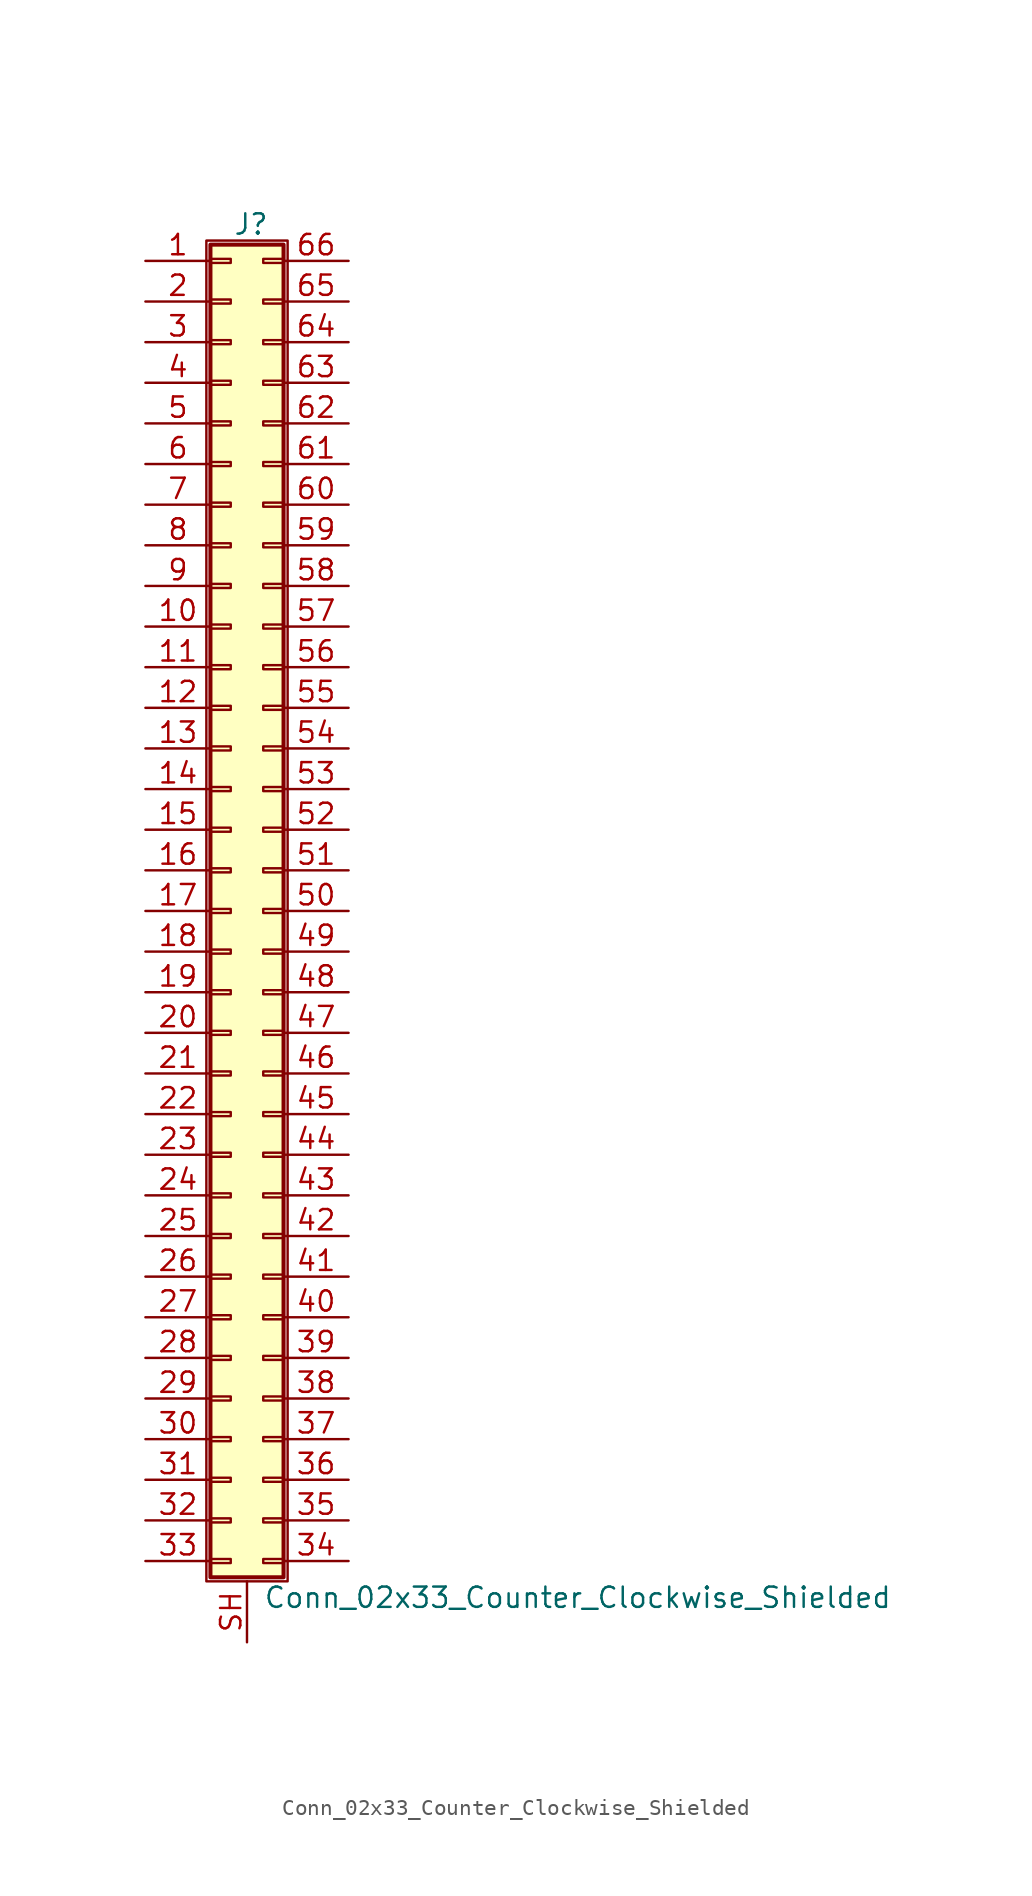
<source format=kicad_sym>
(kicad_symbol_lib
  (version 20201005)
  (generator kicad_symbol_editor)
  (symbol "Connector_Generic_Shielded:Conn_02x33_Counter_Clockwise_Shielded"
    (pin_names
      (offset 1.016) hide)
    (property "Reference" "J"
      (at 1.524 42.926 0)
      (effects (font (size 1.27 1.27))))
    (property "Value" "Conn_02x33_Counter_Clockwise_Shielded"
      (at 2.286 -42.926 0)
      (effects (font (size 1.27 1.27)) (justify left)))
    (symbol "Conn_02x33_Counter_Clockwise_Shielded_1_1"
      (rectangle (start -1.016 -27.813) (end 0.254 -28.067) (stroke (width 0.152)) (fill (type none)))
      (rectangle (start -1.016 -30.353) (end 0.254 -30.607) (stroke (width 0.152)) (fill (type none)))
      (rectangle (start -1.016 -32.893) (end 0.254 -33.147) (stroke (width 0.152)) (fill (type none)))
      (rectangle (start -1.016 -35.433) (end 0.254 -35.687) (stroke (width 0.152)) (fill (type none)))
      (rectangle (start -1.016 -37.973) (end 0.254 -38.227) (stroke (width 0.152)) (fill (type none)))
      (rectangle (start -1.016 -40.513) (end 0.254 -40.767) (stroke (width 0.152)) (fill (type none)))
      (rectangle (start -1.016 -4.953) (end 0.254 -5.207) (stroke (width 0.152)) (fill (type none)))
      (rectangle (start -1.016 -7.493) (end 0.254 -7.747) (stroke (width 0.152)) (fill (type none)))
      (rectangle (start -1.016 -10.033) (end 0.254 -10.287) (stroke (width 0.152)) (fill (type none)))
      (rectangle (start -1.016 -12.573) (end 0.254 -12.827) (stroke (width 0.152)) (fill (type none)))
      (rectangle (start -1.016 -15.113) (end 0.254 -15.367) (stroke (width 0.152)) (fill (type none)))
      (rectangle (start -1.016 -17.653) (end 0.254 -17.907) (stroke (width 0.152)) (fill (type none)))
      (rectangle (start -1.016 -20.193) (end 0.254 -20.447) (stroke (width 0.152)) (fill (type none)))
      (rectangle (start -1.016 -22.733) (end 0.254 -22.987) (stroke (width 0.152)) (fill (type none)))
      (rectangle (start -1.016 -2.413) (end 0.254 -2.667) (stroke (width 0.152)) (fill (type none)))
      (rectangle (start -1.016 -25.273) (end 0.254 -25.527) (stroke (width 0.152)) (fill (type none)))
      (rectangle (start -1.016 25.527) (end 0.254 25.273) (stroke (width 0.152)) (fill (type none)))
      (rectangle (start -1.016 2.667) (end 0.254 2.413) (stroke (width 0.152)) (fill (type none)))
      (rectangle (start -1.016 28.067) (end 0.254 27.813) (stroke (width 0.152)) (fill (type none)))
      (rectangle (start -1.016 30.607) (end 0.254 30.353) (stroke (width 0.152)) (fill (type none)))
      (rectangle (start -1.016 33.147) (end 0.254 32.893) (stroke (width 0.152)) (fill (type none)))
      (rectangle (start -1.016 35.687) (end 0.254 35.433) (stroke (width 0.152)) (fill (type none)))
      (rectangle (start -1.016 38.227) (end 0.254 37.973) (stroke (width 0.152)) (fill (type none)))
      (rectangle (start -1.016 40.767) (end 0.254 40.513) (stroke (width 0.152)) (fill (type none)))
      (rectangle (start -1.016 41.656) (end 3.556 -41.656) (stroke (width 0.254)) (fill (type background)))
      (rectangle (start -1.016 5.207) (end 0.254 4.953) (stroke (width 0.152)) (fill (type none)))
      (rectangle (start -1.016 7.747) (end 0.254 7.493) (stroke (width 0.152)) (fill (type none)))
      (rectangle (start -1.016 10.287) (end 0.254 10.033) (stroke (width 0.152)) (fill (type none)))
      (rectangle (start -1.016 0.127) (end 0.254 -0.127) (stroke (width 0.152)) (fill (type none)))
      (rectangle (start -1.016 12.827) (end 0.254 12.573) (stroke (width 0.152)) (fill (type none)))
      (rectangle (start -1.016 15.367) (end 0.254 15.113) (stroke (width 0.152)) (fill (type none)))
      (rectangle (start -1.016 17.907) (end 0.254 17.653) (stroke (width 0.152)) (fill (type none)))
      (rectangle (start -1.016 20.447) (end 0.254 20.193) (stroke (width 0.152)) (fill (type none)))
      (rectangle (start -1.016 22.987) (end 0.254 22.733) (stroke (width 0.152)) (fill (type none)))
      (rectangle (start -1.27 41.91) (end 3.81 -41.91) (stroke (width 0.152)) (fill (type none)))
      (rectangle (start 3.556 -27.813) (end 2.286 -28.067) (stroke (width 0.152)) (fill (type none)))
      (rectangle (start 3.556 -30.353) (end 2.286 -30.607) (stroke (width 0.152)) (fill (type none)))
      (rectangle (start 3.556 -32.893) (end 2.286 -33.147) (stroke (width 0.152)) (fill (type none)))
      (rectangle (start 3.556 -35.433) (end 2.286 -35.687) (stroke (width 0.152)) (fill (type none)))
      (rectangle (start 3.556 -37.973) (end 2.286 -38.227) (stroke (width 0.152)) (fill (type none)))
      (rectangle (start 3.556 -40.513) (end 2.286 -40.767) (stroke (width 0.152)) (fill (type none)))
      (rectangle (start 3.556 -4.953) (end 2.286 -5.207) (stroke (width 0.152)) (fill (type none)))
      (rectangle (start 3.556 -7.493) (end 2.286 -7.747) (stroke (width 0.152)) (fill (type none)))
      (rectangle (start 3.556 -10.033) (end 2.286 -10.287) (stroke (width 0.152)) (fill (type none)))
      (rectangle (start 3.556 -12.573) (end 2.286 -12.827) (stroke (width 0.152)) (fill (type none)))
      (rectangle (start 3.556 -15.113) (end 2.286 -15.367) (stroke (width 0.152)) (fill (type none)))
      (rectangle (start 3.556 -17.653) (end 2.286 -17.907) (stroke (width 0.152)) (fill (type none)))
      (rectangle (start 3.556 -20.193) (end 2.286 -20.447) (stroke (width 0.152)) (fill (type none)))
      (rectangle (start 3.556 -22.733) (end 2.286 -22.987) (stroke (width 0.152)) (fill (type none)))
      (rectangle (start 3.556 -2.413) (end 2.286 -2.667) (stroke (width 0.152)) (fill (type none)))
      (rectangle (start 3.556 -25.273) (end 2.286 -25.527) (stroke (width 0.152)) (fill (type none)))
      (rectangle (start 3.556 25.527) (end 2.286 25.273) (stroke (width 0.152)) (fill (type none)))
      (rectangle (start 3.556 2.667) (end 2.286 2.413) (stroke (width 0.152)) (fill (type none)))
      (rectangle (start 3.556 28.067) (end 2.286 27.813) (stroke (width 0.152)) (fill (type none)))
      (rectangle (start 3.556 30.607) (end 2.286 30.353) (stroke (width 0.152)) (fill (type none)))
      (rectangle (start 3.556 33.147) (end 2.286 32.893) (stroke (width 0.152)) (fill (type none)))
      (rectangle (start 3.556 35.687) (end 2.286 35.433) (stroke (width 0.152)) (fill (type none)))
      (rectangle (start 3.556 38.227) (end 2.286 37.973) (stroke (width 0.152)) (fill (type none)))
      (rectangle (start 3.556 40.767) (end 2.286 40.513) (stroke (width 0.152)) (fill (type none)))
      (rectangle (start 3.556 5.207) (end 2.286 4.953) (stroke (width 0.152)) (fill (type none)))
      (rectangle (start 3.556 7.747) (end 2.286 7.493) (stroke (width 0.152)) (fill (type none)))
      (rectangle (start 3.556 10.287) (end 2.286 10.033) (stroke (width 0.152)) (fill (type none)))
      (rectangle (start 3.556 0.127) (end 2.286 -0.127) (stroke (width 0.152)) (fill (type none)))
      (rectangle (start 3.556 12.827) (end 2.286 12.573) (stroke (width 0.152)) (fill (type none)))
      (rectangle (start 3.556 15.367) (end 2.286 15.113) (stroke (width 0.152)) (fill (type none)))
      (rectangle (start 3.556 17.907) (end 2.286 17.653) (stroke (width 0.152)) (fill (type none)))
      (rectangle (start 3.556 20.447) (end 2.286 20.193) (stroke (width 0.152)) (fill (type none)))
      (rectangle (start 3.556 22.987) (end 2.286 22.733) (stroke (width 0.152)) (fill (type none)))
      (pin passive line (at -5.08 40.64 0) (length 4.064) (name "Pin_1" (effects (font (size 1.27 1.27)))) (number "1" (effects (font (size 1.27 1.27)))))
      (pin passive line (at -5.08 17.78 0) (length 4.064) (name "Pin_10" (effects (font (size 1.27 1.27)))) (number "10" (effects (font (size 1.27 1.27)))))
      (pin passive line (at -5.08 15.24 0) (length 4.064) (name "Pin_11" (effects (font (size 1.27 1.27)))) (number "11" (effects (font (size 1.27 1.27)))))
      (pin passive line (at -5.08 12.7 0) (length 4.064) (name "Pin_12" (effects (font (size 1.27 1.27)))) (number "12" (effects (font (size 1.27 1.27)))))
      (pin passive line (at -5.08 10.16 0) (length 4.064) (name "Pin_13" (effects (font (size 1.27 1.27)))) (number "13" (effects (font (size 1.27 1.27)))))
      (pin passive line (at -5.08 7.62 0) (length 4.064) (name "Pin_14" (effects (font (size 1.27 1.27)))) (number "14" (effects (font (size 1.27 1.27)))))
      (pin passive line (at -5.08 5.08 0) (length 4.064) (name "Pin_15" (effects (font (size 1.27 1.27)))) (number "15" (effects (font (size 1.27 1.27)))))
      (pin passive line (at -5.08 2.54 0) (length 4.064) (name "Pin_16" (effects (font (size 1.27 1.27)))) (number "16" (effects (font (size 1.27 1.27)))))
      (pin passive line (at -5.08 0 0) (length 4.064) (name "Pin_17" (effects (font (size 1.27 1.27)))) (number "17" (effects (font (size 1.27 1.27)))))
      (pin passive line (at -5.08 -2.54 0) (length 4.064) (name "Pin_18" (effects (font (size 1.27 1.27)))) (number "18" (effects (font (size 1.27 1.27)))))
      (pin passive line (at -5.08 -5.08 0) (length 4.064) (name "Pin_19" (effects (font (size 1.27 1.27)))) (number "19" (effects (font (size 1.27 1.27)))))
      (pin passive line (at -5.08 38.1 0) (length 4.064) (name "Pin_2" (effects (font (size 1.27 1.27)))) (number "2" (effects (font (size 1.27 1.27)))))
      (pin passive line (at -5.08 -7.62 0) (length 4.064) (name "Pin_20" (effects (font (size 1.27 1.27)))) (number "20" (effects (font (size 1.27 1.27)))))
      (pin passive line (at -5.08 -10.16 0) (length 4.064) (name "Pin_21" (effects (font (size 1.27 1.27)))) (number "21" (effects (font (size 1.27 1.27)))))
      (pin passive line (at -5.08 -12.7 0) (length 4.064) (name "Pin_22" (effects (font (size 1.27 1.27)))) (number "22" (effects (font (size 1.27 1.27)))))
      (pin passive line (at -5.08 -15.24 0) (length 4.064) (name "Pin_23" (effects (font (size 1.27 1.27)))) (number "23" (effects (font (size 1.27 1.27)))))
      (pin passive line (at -5.08 -17.78 0) (length 4.064) (name "Pin_24" (effects (font (size 1.27 1.27)))) (number "24" (effects (font (size 1.27 1.27)))))
      (pin passive line (at -5.08 -20.32 0) (length 4.064) (name "Pin_25" (effects (font (size 1.27 1.27)))) (number "25" (effects (font (size 1.27 1.27)))))
      (pin passive line (at -5.08 -22.86 0) (length 4.064) (name "Pin_26" (effects (font (size 1.27 1.27)))) (number "26" (effects (font (size 1.27 1.27)))))
      (pin passive line (at -5.08 -25.4 0) (length 4.064) (name "Pin_27" (effects (font (size 1.27 1.27)))) (number "27" (effects (font (size 1.27 1.27)))))
      (pin passive line (at -5.08 -27.94 0) (length 4.064) (name "Pin_28" (effects (font (size 1.27 1.27)))) (number "28" (effects (font (size 1.27 1.27)))))
      (pin passive line (at -5.08 -30.48 0) (length 4.064) (name "Pin_29" (effects (font (size 1.27 1.27)))) (number "29" (effects (font (size 1.27 1.27)))))
      (pin passive line (at -5.08 35.56 0) (length 4.064) (name "Pin_3" (effects (font (size 1.27 1.27)))) (number "3" (effects (font (size 1.27 1.27)))))
      (pin passive line (at -5.08 -33.02 0) (length 4.064) (name "Pin_30" (effects (font (size 1.27 1.27)))) (number "30" (effects (font (size 1.27 1.27)))))
      (pin passive line (at -5.08 -35.56 0) (length 4.064) (name "Pin_31" (effects (font (size 1.27 1.27)))) (number "31" (effects (font (size 1.27 1.27)))))
      (pin passive line (at -5.08 -38.1 0) (length 4.064) (name "Pin_32" (effects (font (size 1.27 1.27)))) (number "32" (effects (font (size 1.27 1.27)))))
      (pin passive line (at -5.08 -40.64 0) (length 4.064) (name "Pin_33" (effects (font (size 1.27 1.27)))) (number "33" (effects (font (size 1.27 1.27)))))
      (pin passive line (at 7.62 -40.64 180) (length 4.064) (name "Pin_34" (effects (font (size 1.27 1.27)))) (number "34" (effects (font (size 1.27 1.27)))))
      (pin passive line (at 7.62 -38.1 180) (length 4.064) (name "Pin_35" (effects (font (size 1.27 1.27)))) (number "35" (effects (font (size 1.27 1.27)))))
      (pin passive line (at 7.62 -35.56 180) (length 4.064) (name "Pin_36" (effects (font (size 1.27 1.27)))) (number "36" (effects (font (size 1.27 1.27)))))
      (pin passive line (at 7.62 -33.02 180) (length 4.064) (name "Pin_37" (effects (font (size 1.27 1.27)))) (number "37" (effects (font (size 1.27 1.27)))))
      (pin passive line (at 7.62 -30.48 180) (length 4.064) (name "Pin_38" (effects (font (size 1.27 1.27)))) (number "38" (effects (font (size 1.27 1.27)))))
      (pin passive line (at 7.62 -27.94 180) (length 4.064) (name "Pin_39" (effects (font (size 1.27 1.27)))) (number "39" (effects (font (size 1.27 1.27)))))
      (pin passive line (at -5.08 33.02 0) (length 4.064) (name "Pin_4" (effects (font (size 1.27 1.27)))) (number "4" (effects (font (size 1.27 1.27)))))
      (pin passive line (at 7.62 -25.4 180) (length 4.064) (name "Pin_40" (effects (font (size 1.27 1.27)))) (number "40" (effects (font (size 1.27 1.27)))))
      (pin passive line (at 7.62 -22.86 180) (length 4.064) (name "Pin_41" (effects (font (size 1.27 1.27)))) (number "41" (effects (font (size 1.27 1.27)))))
      (pin passive line (at 7.62 -20.32 180) (length 4.064) (name "Pin_42" (effects (font (size 1.27 1.27)))) (number "42" (effects (font (size 1.27 1.27)))))
      (pin passive line (at 7.62 -17.78 180) (length 4.064) (name "Pin_43" (effects (font (size 1.27 1.27)))) (number "43" (effects (font (size 1.27 1.27)))))
      (pin passive line (at 7.62 -15.24 180) (length 4.064) (name "Pin_44" (effects (font (size 1.27 1.27)))) (number "44" (effects (font (size 1.27 1.27)))))
      (pin passive line (at 7.62 -12.7 180) (length 4.064) (name "Pin_45" (effects (font (size 1.27 1.27)))) (number "45" (effects (font (size 1.27 1.27)))))
      (pin passive line (at 7.62 -10.16 180) (length 4.064) (name "Pin_46" (effects (font (size 1.27 1.27)))) (number "46" (effects (font (size 1.27 1.27)))))
      (pin passive line (at 7.62 -7.62 180) (length 4.064) (name "Pin_47" (effects (font (size 1.27 1.27)))) (number "47" (effects (font (size 1.27 1.27)))))
      (pin passive line (at 7.62 -5.08 180) (length 4.064) (name "Pin_48" (effects (font (size 1.27 1.27)))) (number "48" (effects (font (size 1.27 1.27)))))
      (pin passive line (at 7.62 -2.54 180) (length 4.064) (name "Pin_49" (effects (font (size 1.27 1.27)))) (number "49" (effects (font (size 1.27 1.27)))))
      (pin passive line (at -5.08 30.48 0) (length 4.064) (name "Pin_5" (effects (font (size 1.27 1.27)))) (number "5" (effects (font (size 1.27 1.27)))))
      (pin passive line (at 7.62 0 180) (length 4.064) (name "Pin_50" (effects (font (size 1.27 1.27)))) (number "50" (effects (font (size 1.27 1.27)))))
      (pin passive line (at 7.62 2.54 180) (length 4.064) (name "Pin_51" (effects (font (size 1.27 1.27)))) (number "51" (effects (font (size 1.27 1.27)))))
      (pin passive line (at 7.62 5.08 180) (length 4.064) (name "Pin_52" (effects (font (size 1.27 1.27)))) (number "52" (effects (font (size 1.27 1.27)))))
      (pin passive line (at 7.62 7.62 180) (length 4.064) (name "Pin_53" (effects (font (size 1.27 1.27)))) (number "53" (effects (font (size 1.27 1.27)))))
      (pin passive line (at 7.62 10.16 180) (length 4.064) (name "Pin_54" (effects (font (size 1.27 1.27)))) (number "54" (effects (font (size 1.27 1.27)))))
      (pin passive line (at 7.62 12.7 180) (length 4.064) (name "Pin_55" (effects (font (size 1.27 1.27)))) (number "55" (effects (font (size 1.27 1.27)))))
      (pin passive line (at 7.62 15.24 180) (length 4.064) (name "Pin_56" (effects (font (size 1.27 1.27)))) (number "56" (effects (font (size 1.27 1.27)))))
      (pin passive line (at 7.62 17.78 180) (length 4.064) (name "Pin_57" (effects (font (size 1.27 1.27)))) (number "57" (effects (font (size 1.27 1.27)))))
      (pin passive line (at 7.62 20.32 180) (length 4.064) (name "Pin_58" (effects (font (size 1.27 1.27)))) (number "58" (effects (font (size 1.27 1.27)))))
      (pin passive line (at 7.62 22.86 180) (length 4.064) (name "Pin_59" (effects (font (size 1.27 1.27)))) (number "59" (effects (font (size 1.27 1.27)))))
      (pin passive line (at -5.08 27.94 0) (length 4.064) (name "Pin_6" (effects (font (size 1.27 1.27)))) (number "6" (effects (font (size 1.27 1.27)))))
      (pin passive line (at 7.62 25.4 180) (length 4.064) (name "Pin_60" (effects (font (size 1.27 1.27)))) (number "60" (effects (font (size 1.27 1.27)))))
      (pin passive line (at 7.62 27.94 180) (length 4.064) (name "Pin_61" (effects (font (size 1.27 1.27)))) (number "61" (effects (font (size 1.27 1.27)))))
      (pin passive line (at 7.62 30.48 180) (length 4.064) (name "Pin_62" (effects (font (size 1.27 1.27)))) (number "62" (effects (font (size 1.27 1.27)))))
      (pin passive line (at 7.62 33.02 180) (length 4.064) (name "Pin_63" (effects (font (size 1.27 1.27)))) (number "63" (effects (font (size 1.27 1.27)))))
      (pin passive line (at 7.62 35.56 180) (length 4.064) (name "Pin_64" (effects (font (size 1.27 1.27)))) (number "64" (effects (font (size 1.27 1.27)))))
      (pin passive line (at 7.62 38.1 180) (length 4.064) (name "Pin_65" (effects (font (size 1.27 1.27)))) (number "65" (effects (font (size 1.27 1.27)))))
      (pin passive line (at 7.62 40.64 180) (length 4.064) (name "Pin_66" (effects (font (size 1.27 1.27)))) (number "66" (effects (font (size 1.27 1.27)))))
      (pin passive line (at -5.08 25.4 0) (length 4.064) (name "Pin_7" (effects (font (size 1.27 1.27)))) (number "7" (effects (font (size 1.27 1.27)))))
      (pin passive line (at -5.08 22.86 0) (length 4.064) (name "Pin_8" (effects (font (size 1.27 1.27)))) (number "8" (effects (font (size 1.27 1.27)))))
      (pin passive line (at -5.08 20.32 0) (length 4.064) (name "Pin_9" (effects (font (size 1.27 1.27)))) (number "9" (effects (font (size 1.27 1.27)))))
      (pin passive line (at 1.27 -45.72 90) (length 3.81) (name "Shield" (effects (font (size 1.27 1.27)))) (number "SH" (effects (font (size 1.27 1.27))))))))
</source>
